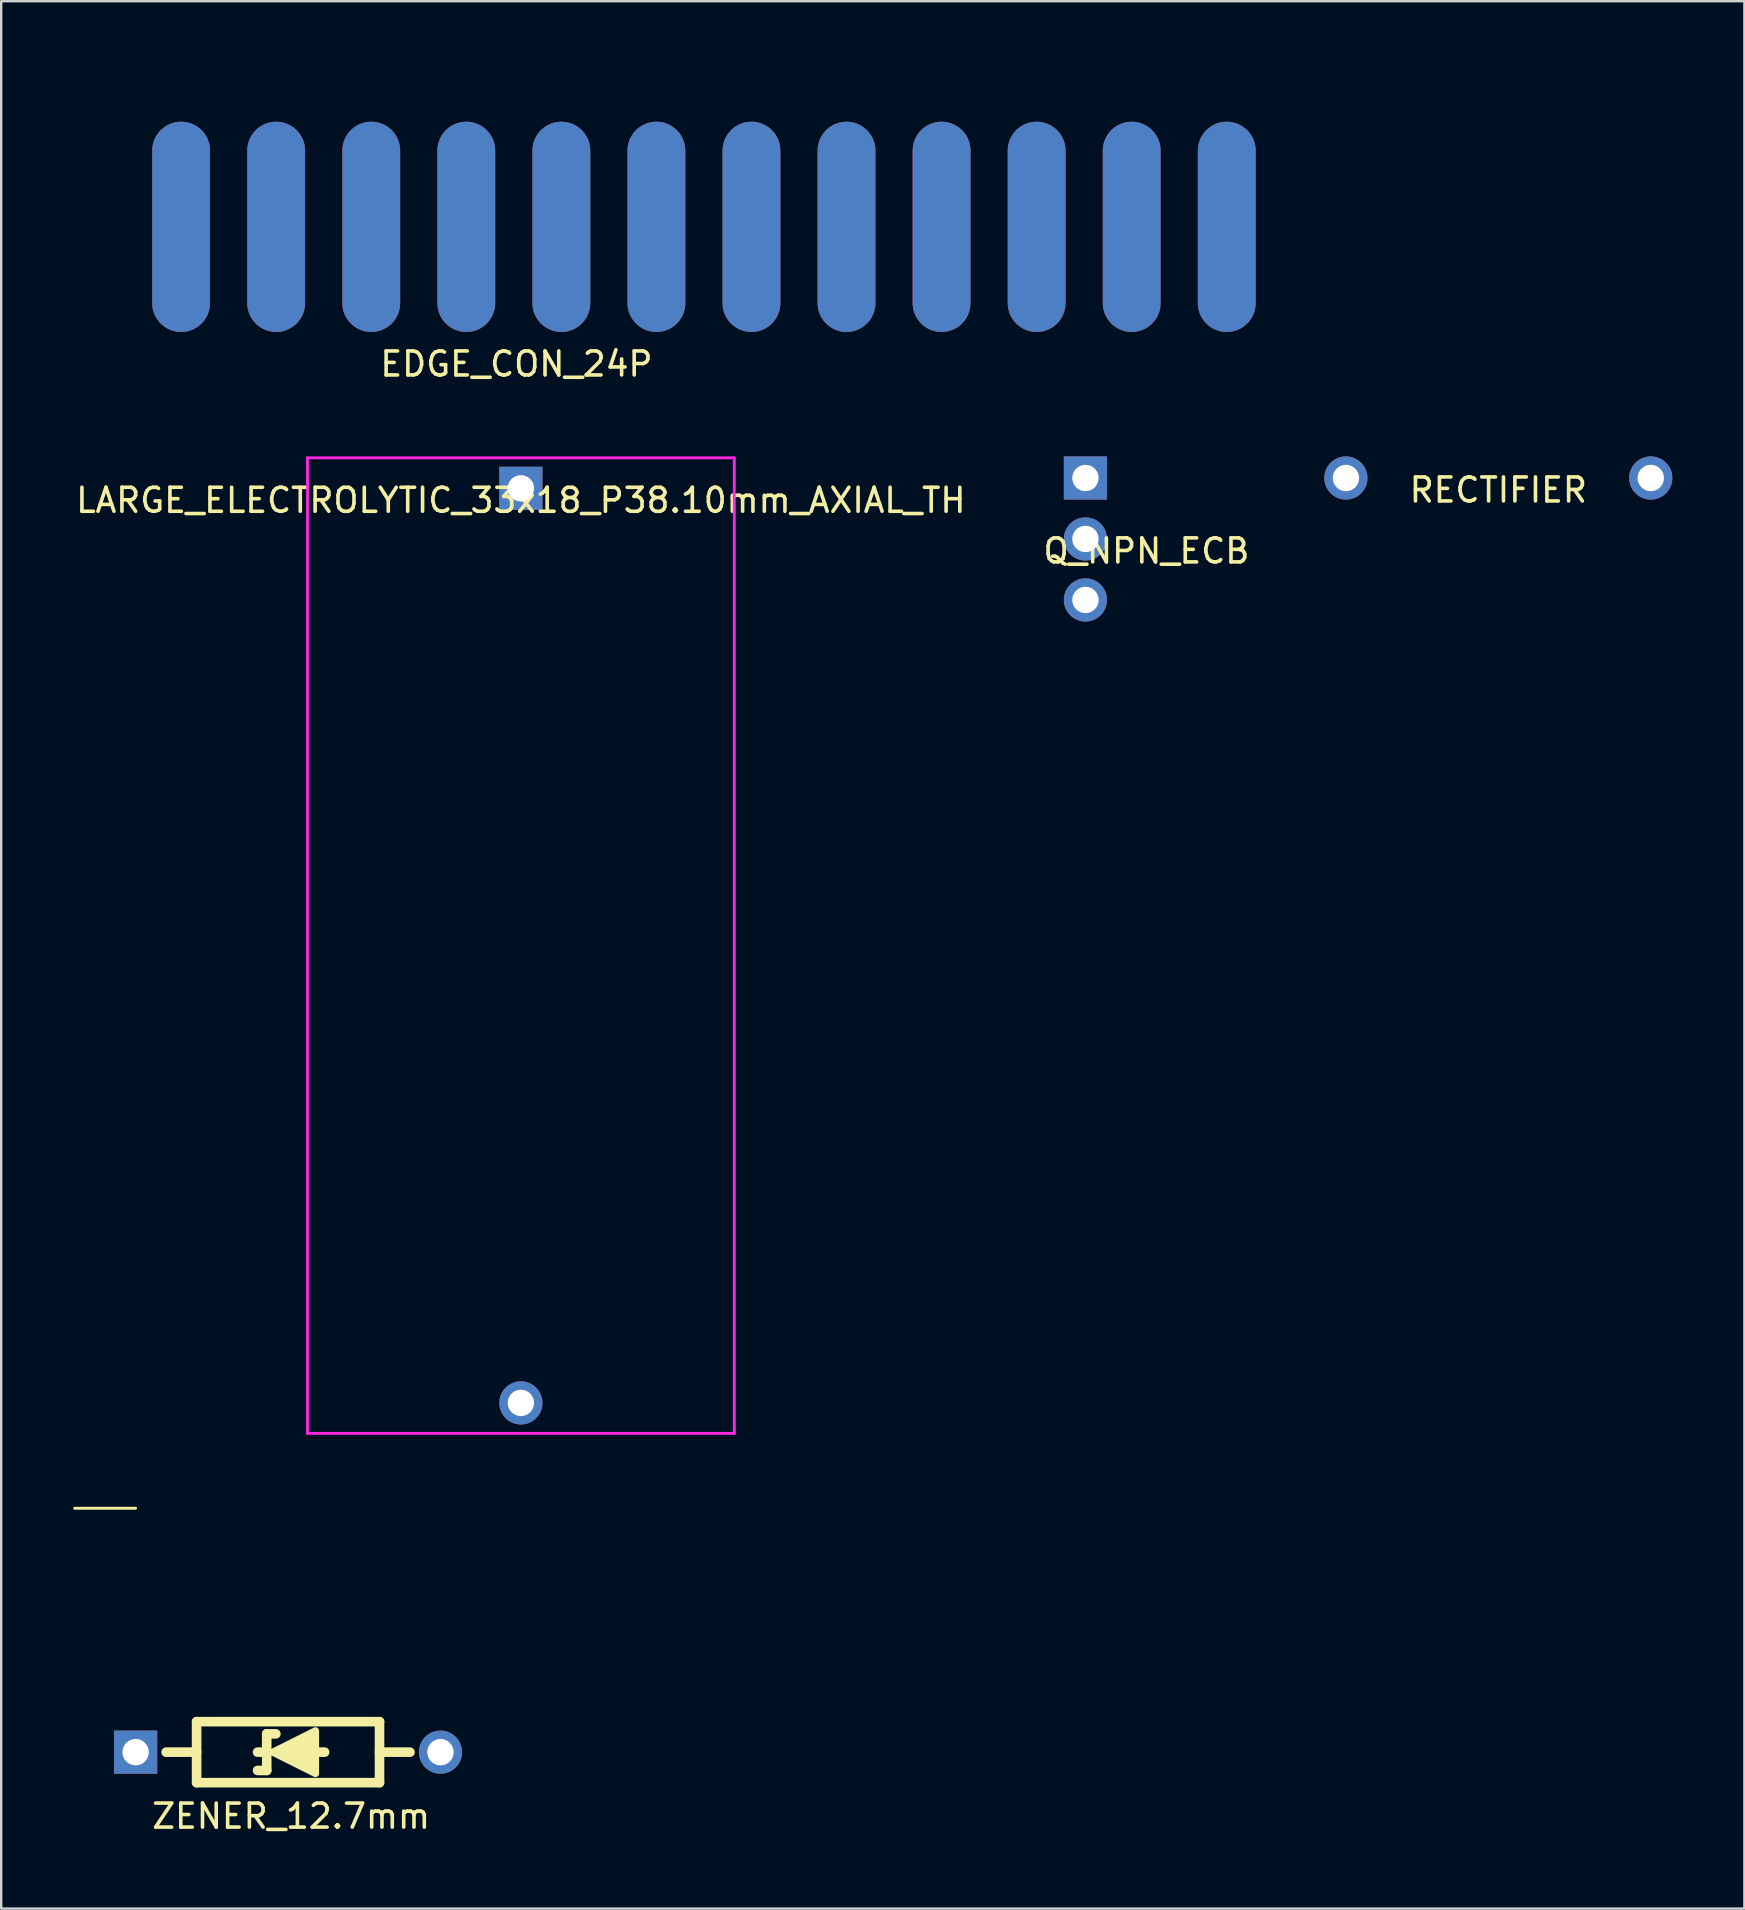
<source format=kicad_pcb>
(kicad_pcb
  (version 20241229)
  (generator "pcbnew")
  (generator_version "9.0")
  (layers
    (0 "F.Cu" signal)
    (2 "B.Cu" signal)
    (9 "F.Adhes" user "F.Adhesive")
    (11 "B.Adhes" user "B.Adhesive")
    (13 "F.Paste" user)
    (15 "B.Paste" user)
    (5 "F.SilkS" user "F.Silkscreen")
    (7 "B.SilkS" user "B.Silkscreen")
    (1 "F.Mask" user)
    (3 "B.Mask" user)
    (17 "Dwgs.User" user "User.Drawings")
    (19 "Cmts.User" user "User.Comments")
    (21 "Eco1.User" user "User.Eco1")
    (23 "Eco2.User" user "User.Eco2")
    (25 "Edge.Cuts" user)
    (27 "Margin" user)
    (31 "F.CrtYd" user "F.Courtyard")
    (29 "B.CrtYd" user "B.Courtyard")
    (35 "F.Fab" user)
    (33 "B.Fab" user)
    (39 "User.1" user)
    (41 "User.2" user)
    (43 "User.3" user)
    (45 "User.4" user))
  (footprint "LARGE_ELECTROLYTIC_33x18_P38.10mm_AXIAL_TH"
    (layer "F.Cu")
    (at 18.649 17.293)
    (property "Reference" "LARGE_ELECTROLYTIC_33x18_P38.10mm_AXIAL_TH" (at 0 0.5 0) (layer "F.SilkS") (effects (font (size 1 1) (thickness 0.15))))
    (attr through_hole)
    (fp_line (start -8.89 -1.27) (end 8.89 -1.27) (stroke (width 0.12) (type solid)) (layer "F.CrtYd"))
    (fp_line (start -8.89 39.37) (end -8.89 -1.27) (stroke (width 0.12) (type solid)) (layer "F.CrtYd"))
    (fp_line (start 8.89 -1.27) (end 8.89 39.37) (stroke (width 0.12) (type solid)) (layer "F.CrtYd"))
    (fp_line (start 8.89 39.37) (end -8.89 39.37) (stroke (width 0.12) (type solid)) (layer "F.CrtYd"))
    (pad "1" thru_hole rect (at 0 0) (size 1.8 1.8) (drill 1.1) (layers "*.Cu" "*.Mask"))
    (pad "2" thru_hole circle (at 0 38.1) (size 1.8 1.8) (drill 1.1) (layers "*.Cu" "*.Mask")))
  (footprint "RECTIFIER"
    (layer "F.Cu")
    (at 59.369 16.863)
    (property "Reference" "RECTIFIER" (at 0 0.5 0) (layer "F.SilkS") (effects (font (size 1 1) (thickness 0.15))))
    (attr through_hole)
    (pad "1" thru_hole circle (at -6.35 0) (size 1.8 1.8) (drill 1.1) (layers "*.Cu" "*.Mask"))
    (pad "2" thru_hole circle (at 6.35 0) (size 1.8 1.8) (drill 1.1) (layers "*.Cu" "*.Mask")))
  (footprint "ZENER_12.7mm"
    (layer "F.Cu")
    (at 2.6 69.943)
    (property "Reference" "ZENER_12.7mm" (at 6.477 2.667 0) (layer "F.SilkS") (effects (font (size 1 1) (thickness 0.15))))
    (attr through_hole)
    (fp_line (start -2.54 -10.16) (end 0 -10.16) (stroke (width 0.12) (type solid)) (layer "F.SilkS"))
    (fp_line (start 2.54 -1.27) (end 10.16 -1.27) (stroke (width 0.4) (type solid)) (layer "F.SilkS"))
    (fp_line (start 2.54 0) (end 1.27 0) (stroke (width 0.4) (type solid)) (layer "F.SilkS"))
    (fp_line (start 2.54 1.27) (end 2.54 -1.27) (stroke (width 0.4) (type solid)) (layer "F.SilkS"))
    (fp_line (start 2.54 1.27) (end 10.16 1.27) (stroke (width 0.4) (type solid)) (layer "F.SilkS"))
    (fp_line (start 5.461 -0.762) (end 5.842 -0.762) (stroke (width 0.4) (type solid)) (layer "F.SilkS"))
    (fp_line (start 5.461 0) (end 5.08 0) (stroke (width 0.4) (type solid)) (layer "F.SilkS"))
    (fp_line (start 5.461 0) (end 5.461 -0.762) (stroke (width 0.4) (type solid)) (layer "F.SilkS"))
    (fp_line (start 5.461 0) (end 5.461 0.762) (stroke (width 0.4) (type solid)) (layer "F.SilkS"))
    (fp_line (start 5.461 0.762) (end 5.08 0.762) (stroke (width 0.4) (type solid)) (layer "F.SilkS"))
    (fp_line (start 7.874 0) (end 7.366 0) (stroke (width 0.4) (type solid)) (layer "F.SilkS"))
    (fp_line (start 10.16 1.27) (end 10.16 -1.27) (stroke (width 0.4) (type solid)) (layer "F.SilkS"))
    (fp_line (start 11.43 0) (end 10.16 0) (stroke (width 0.4) (type solid)) (layer "F.SilkS"))
    (fp_poly (pts (xy 7.493 0.889) (xy 5.715 0) (xy 7.493 -0.889)) (stroke (width 0.3) (type solid)) (fill yes) (layer "F.SilkS"))
    (pad "1" thru_hole rect (at 0 0) (size 1.8 1.8) (drill 1.1) (layers "*.Cu" "*.Mask"))
    (pad "2" thru_hole circle (at 12.7 0) (size 1.8 1.8) (drill 1.1) (layers "*.Cu" "*.Mask")))
  (footprint "EDGE_CON_24P"
    (layer "F.Cu")
    (at 4.495 6.4)
    (property "Reference" "EDGE_CON_24P" (at 13.97 5.715 0) (layer "F.SilkS") (effects (font (size 1 1) (thickness 0.15))))
    (attr through_hole)
    (fp_poly (pts (xy -4.445 -6.35) (xy 48.26 -6.35) (xy 48.26 5.08) (xy -4.445 5.08)) (stroke (width 0.1) (type solid)) (fill yes) (layer "F.Mask"))
    (fp_poly (pts (xy -4.445 5.08) (xy 48.26 5.08) (xy 48.26 -6.35) (xy -4.445 -6.35)) (stroke (width 0.1) (type solid)) (fill yes) (layer "B.Mask"))
    (pad "1" smd oval (at 43.56 0) (size 2.41 8.76) (layers "F.Cu" "F.Mask"))
    (pad "2" smd oval (at 39.6 0) (size 2.41 8.76) (layers "F.Cu" "F.Mask"))
    (pad "3" smd oval (at 35.64 0) (size 2.41 8.76) (layers "F.Cu" "F.Mask"))
    (pad "4" smd oval (at 31.68 0) (size 2.41 8.76) (layers "F.Cu" "F.Mask"))
    (pad "5" smd oval (at 27.72 0) (size 2.41 8.76) (layers "F.Cu" "F.Mask"))
    (pad "6" smd oval (at 23.76 0) (size 2.41 8.76) (layers "F.Cu" "F.Mask"))
    (pad "7" smd oval (at 19.8 0) (size 2.41 8.76) (layers "F.Cu" "F.Mask"))
    (pad "8" smd oval (at 15.84 0) (size 2.41 8.76) (layers "F.Cu" "F.Mask"))
    (pad "9" smd oval (at 11.88 0) (size 2.41 8.76) (layers "F.Cu" "F.Mask"))
    (pad "10" smd oval (at 7.92 0) (size 2.41 8.76) (layers "F.Cu" "F.Mask"))
    (pad "11" smd oval (at 3.96 0) (size 2.41 8.76) (layers "F.Cu" "F.Mask"))
    (pad "12" smd oval (at 0 0) (size 2.41 8.76) (layers "F.Cu" "F.Mask"))
    (pad "A" smd oval (at 43.56 0) (size 2.41 8.76) (layers "B.Cu" "B.Mask"))
    (pad "B" smd oval (at 39.6 0) (size 2.41 8.76) (layers "F.Mask" "B.Cu"))
    (pad "C" smd oval (at 35.64 0) (size 2.41 8.76) (layers "F.Mask" "B.Cu"))
    (pad "D" smd oval (at 31.68 0) (size 2.41 8.76) (layers "F.Mask" "B.Cu"))
    (pad "E" smd oval (at 27.72 0) (size 2.41 8.76) (layers "F.Mask" "B.Cu"))
    (pad "F" smd oval (at 23.76 0) (size 2.41 8.76) (layers "F.Mask" "B.Cu"))
    (pad "H" smd oval (at 19.8 0) (size 2.41 8.76) (layers "F.Mask" "B.Cu"))
    (pad "J" smd oval (at 15.84 0) (size 2.41 8.76) (layers "F.Mask" "B.Cu"))
    (pad "K" smd oval (at 11.88 0) (size 2.41 8.76) (layers "F.Mask" "B.Cu"))
    (pad "L" smd oval (at 7.92 0) (size 2.41 8.76) (layers "F.Mask" "B.Cu"))
    (pad "M" smd oval (at 3.96 0) (size 2.41 8.76) (layers "F.Mask" "B.Cu"))
    (pad "N" smd oval (at 0 0) (size 2.41 8.76) (layers "F.Mask" "B.Cu")))
  (footprint "Q_NPN_ECB"
    (layer "F.Cu")
    (at 42.168 19.403)
    (property "Reference" "Q_NPN_ECB" (at 2.54 0.5 0) (layer "F.SilkS") (effects (font (size 1 1) (thickness 0.15))))
    (attr through_hole)
    (pad "1" thru_hole rect (at 0 -2.54) (size 1.8 1.8) (drill 1.1) (layers "*.Cu" "*.Mask"))
    (pad "2" thru_hole circle (at 0 0) (size 1.8 1.8) (drill 1.1) (layers "*.Cu" "*.Mask"))
    (pad "3" thru_hole circle (at 0 2.54) (size 1.8 1.8) (drill 1.1) (layers "*.Cu" "*.Mask")))
  (gr_rect
    (start -3 -3)
    (end 69.619 76.459)
    (stroke (width 0.1) (type default))
    (fill no)
    (layer "Edge.Cuts")))
</source>
